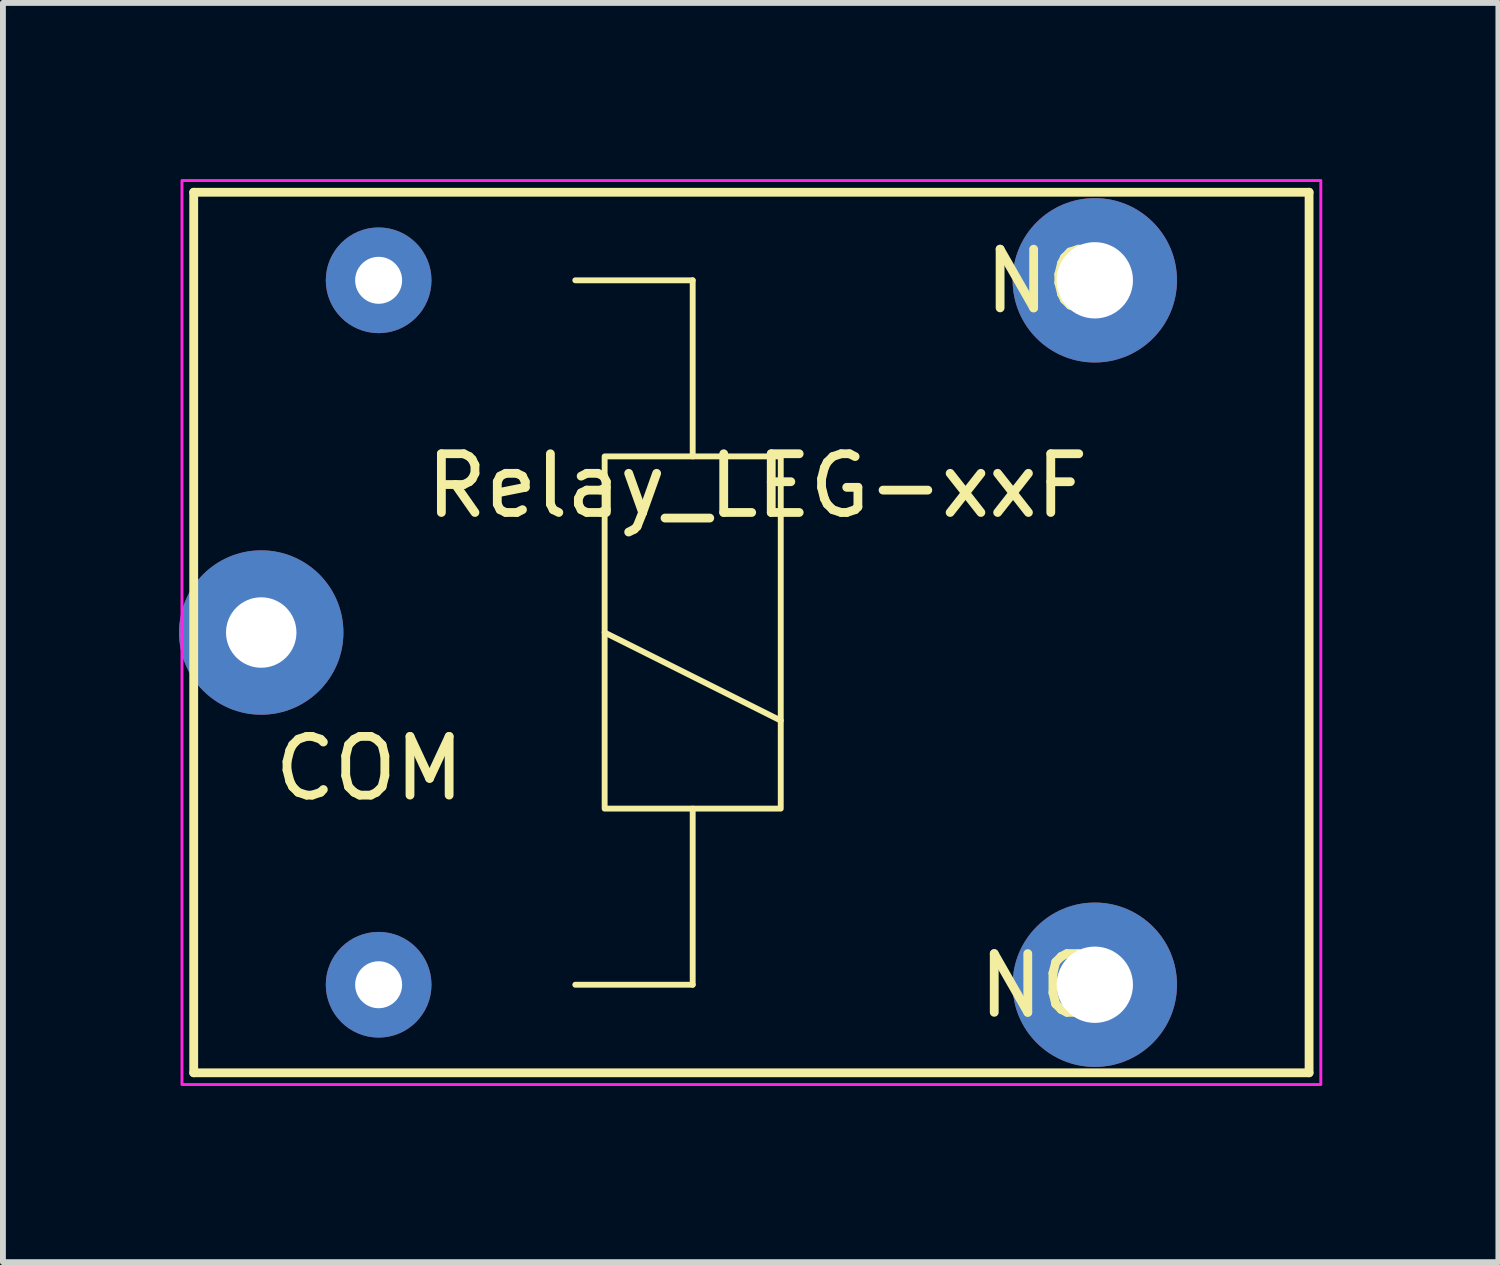
<source format=kicad_pcb>
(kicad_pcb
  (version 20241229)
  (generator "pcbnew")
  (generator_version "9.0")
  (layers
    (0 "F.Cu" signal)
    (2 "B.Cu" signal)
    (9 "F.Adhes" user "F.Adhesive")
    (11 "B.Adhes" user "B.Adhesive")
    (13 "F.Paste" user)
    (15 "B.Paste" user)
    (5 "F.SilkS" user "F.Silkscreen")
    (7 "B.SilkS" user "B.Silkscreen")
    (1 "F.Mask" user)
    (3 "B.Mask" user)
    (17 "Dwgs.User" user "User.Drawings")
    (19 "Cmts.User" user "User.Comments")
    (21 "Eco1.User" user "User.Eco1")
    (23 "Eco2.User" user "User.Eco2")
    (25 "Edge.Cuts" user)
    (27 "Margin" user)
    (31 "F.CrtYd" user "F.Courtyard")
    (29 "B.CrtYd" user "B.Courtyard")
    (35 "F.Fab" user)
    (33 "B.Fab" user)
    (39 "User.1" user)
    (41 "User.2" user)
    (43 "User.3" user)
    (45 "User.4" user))
  (footprint "Relay_LEG-xxF"
    (layer "F.Cu")
    (at 9.75 7.725)
    (property "Reference" "Relay_LEG-xxF" (at 0.1 -2.5 180) (layer "F.SilkS") (effects (font (size 1 1) (thickness 0.15))))
    (attr through_hole)
    (fp_line (start -9.5 -7.5) (end 9.5 -7.5) (stroke (width 0.15) (type solid)) (layer "F.SilkS"))
    (fp_line (start -9.5 7.5) (end -9.5 -7.5) (stroke (width 0.15) (type solid)) (layer "F.SilkS"))
    (fp_line (start -3 -6) (end -1 -6) (stroke (width 0.1) (type default)) (layer "F.SilkS"))
    (fp_line (start -2.5 0) (end 0.5 1.5) (stroke (width 0.1) (type default)) (layer "F.SilkS"))
    (fp_line (start -1 -6) (end -1 -3) (stroke (width 0.1) (type default)) (layer "F.SilkS"))
    (fp_line (start -1 3) (end -1 6) (stroke (width 0.1) (type default)) (layer "F.SilkS"))
    (fp_line (start -1 6) (end -3 6) (stroke (width 0.1) (type default)) (layer "F.SilkS"))
    (fp_line (start 9.5 -7.5) (end 9.5 7.5) (stroke (width 0.15) (type solid)) (layer "F.SilkS"))
    (fp_line (start 9.5 7.5) (end -9.5 7.5) (stroke (width 0.15) (type solid)) (layer "F.SilkS"))
    (fp_rect (start -2.5 -3) (end 0.5 3) (stroke (width 0.1) (type default)) (fill no) (layer "F.SilkS"))
    (fp_rect (start -9.7 -7.7) (end 9.7 7.7) (stroke (width 0.05) (type default)) (fill no) (layer "F.CrtYd"))
    (fp_text user "COM" (at -8.2 2.9 0) (unlocked yes) (layer "F.SilkS") (effects (font (size 1 1) (thickness 0.15)) (justify left bottom)))
    (fp_text user "NC" (at 3.9 -5.4 0) (unlocked yes) (layer "F.SilkS") (effects (font (size 1 1) (thickness 0.15)) (justify left bottom)))
    (fp_text user "NO" (at 3.8 6.6 0) (unlocked yes) (layer "F.SilkS") (effects (font (size 1 1) (thickness 0.15)) (justify left bottom)))
    (pad "11" thru_hole circle (at -8.35 0) (size 2.8 2.8) (drill 1.2) (layers "*.Cu" "*.Mask"))
    (pad "12" thru_hole circle (at 5.85 -6) (size 2.8 2.8) (drill 1.3) (layers "*.Cu" "*.Mask"))
    (pad "14" thru_hole circle (at 5.85 6) (size 2.8 2.8) (drill 1.3) (layers "*.Cu" "*.Mask"))
    (pad "A1" thru_hole circle (at -6.35 -6) (size 1.8 1.8) (drill 0.8) (layers "*.Cu" "*.Mask"))
    (pad "A2" thru_hole circle (at -6.35 6) (size 1.8 1.8) (drill 0.8) (layers "*.Cu" "*.Mask")))
  (gr_rect
    (start -3 -3)
    (end 22.475 18.45)
    (stroke (width 0.1) (type default))
    (fill no)
    (layer "Edge.Cuts")))
</source>
